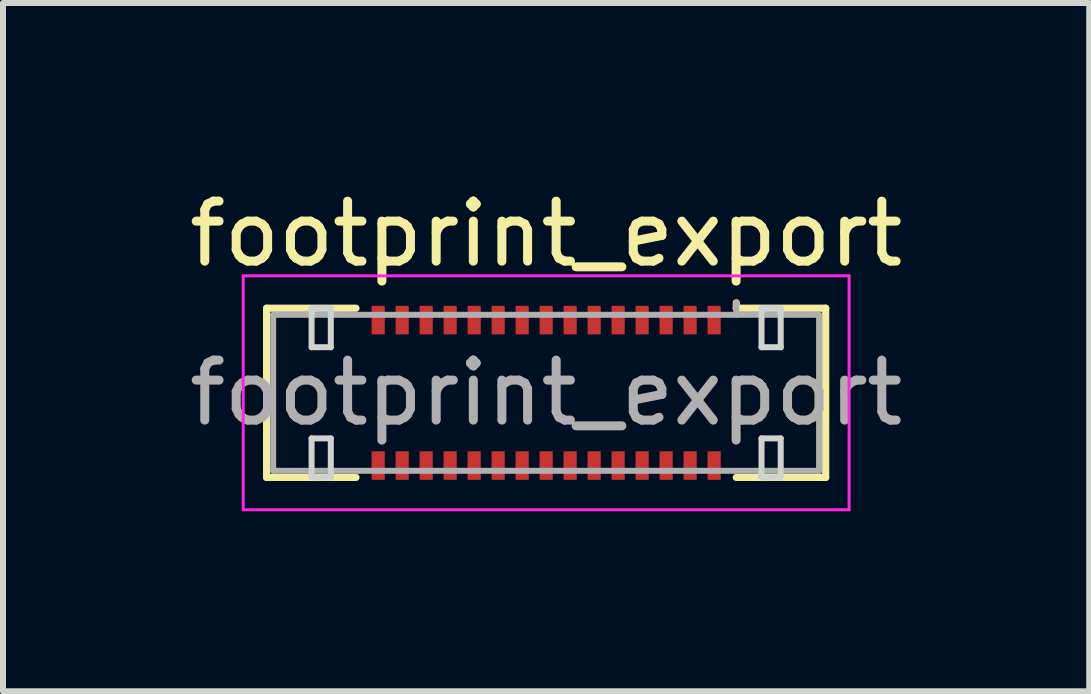
<source format=kicad_pcb>
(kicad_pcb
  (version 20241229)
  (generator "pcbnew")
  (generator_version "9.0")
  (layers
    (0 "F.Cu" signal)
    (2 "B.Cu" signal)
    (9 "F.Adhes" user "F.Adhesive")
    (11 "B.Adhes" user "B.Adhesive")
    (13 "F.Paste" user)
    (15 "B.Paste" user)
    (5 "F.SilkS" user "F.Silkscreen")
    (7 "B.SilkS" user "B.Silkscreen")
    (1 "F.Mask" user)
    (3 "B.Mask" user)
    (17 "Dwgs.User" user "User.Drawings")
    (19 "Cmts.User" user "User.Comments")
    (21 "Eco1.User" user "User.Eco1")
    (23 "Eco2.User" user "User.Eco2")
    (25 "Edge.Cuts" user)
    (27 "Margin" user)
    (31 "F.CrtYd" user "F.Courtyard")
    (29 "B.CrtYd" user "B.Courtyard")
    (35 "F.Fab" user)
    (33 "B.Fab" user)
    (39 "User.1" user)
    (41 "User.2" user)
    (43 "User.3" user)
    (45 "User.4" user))
  (footprint "footprint_export"
    (layer "F.Cu")
    (at 6.054 3.498)
    (property "Reference" "footprint_export" (at 0 -2.65 0) (layer "F.SilkS") (effects (font (size 1 1) (thickness 0.15))))
    (attr smd)
    (fp_line (start -4.66 -1.41) (end -3.17 -1.41) (stroke (width 0.12) (type solid)) (layer "F.SilkS"))
    (fp_line (start -4.66 1.41) (end -4.66 -1.41) (stroke (width 0.12) (type solid)) (layer "F.SilkS"))
    (fp_line (start -3.17 1.41) (end -4.66 1.41) (stroke (width 0.12) (type solid)) (layer "F.SilkS"))
    (fp_line (start 3.17 -1.41) (end 3.17 -1.5) (stroke (width 0.12) (type solid)) (layer "F.SilkS"))
    (fp_line (start 3.17 1.41) (end 4.66 1.41) (stroke (width 0.12) (type solid)) (layer "F.SilkS"))
    (fp_line (start 4.66 -1.41) (end 3.17 -1.41) (stroke (width 0.12) (type solid)) (layer "F.SilkS"))
    (fp_line (start 4.66 1.41) (end 4.66 -1.41) (stroke (width 0.12) (type solid)) (layer "F.SilkS"))
    (fp_line (start -3.91 -1.41) (end -3.91 -0.76) (stroke (width 0.1) (type solid)) (layer "Edge.Cuts"))
    (fp_line (start -3.91 -0.76) (end -3.59 -0.76) (stroke (width 0.1) (type solid)) (layer "Edge.Cuts"))
    (fp_line (start -3.91 0.76) (end -3.91 1.41) (stroke (width 0.1) (type solid)) (layer "Edge.Cuts"))
    (fp_line (start -3.91 1.41) (end -3.59 1.41) (stroke (width 0.1) (type solid)) (layer "Edge.Cuts"))
    (fp_line (start -3.59 -1.41) (end -3.91 -1.41) (stroke (width 0.1) (type solid)) (layer "Edge.Cuts"))
    (fp_line (start -3.59 -0.76) (end -3.59 -1.41) (stroke (width 0.1) (type solid)) (layer "Edge.Cuts"))
    (fp_line (start -3.59 0.76) (end -3.91 0.76) (stroke (width 0.1) (type solid)) (layer "Edge.Cuts"))
    (fp_line (start -3.59 1.41) (end -3.59 0.76) (stroke (width 0.1) (type solid)) (layer "Edge.Cuts"))
    (fp_line (start 3.59 -1.41) (end 3.59 -0.76) (stroke (width 0.1) (type solid)) (layer "Edge.Cuts"))
    (fp_line (start 3.59 -0.76) (end 3.91 -0.76) (stroke (width 0.1) (type solid)) (layer "Edge.Cuts"))
    (fp_line (start 3.59 0.76) (end 3.59 1.41) (stroke (width 0.1) (type solid)) (layer "Edge.Cuts"))
    (fp_line (start 3.59 1.41) (end 3.91 1.41) (stroke (width 0.1) (type solid)) (layer "Edge.Cuts"))
    (fp_line (start 3.91 -1.41) (end 3.59 -1.41) (stroke (width 0.1) (type solid)) (layer "Edge.Cuts"))
    (fp_line (start 3.91 -0.76) (end 3.91 -1.41) (stroke (width 0.1) (type solid)) (layer "Edge.Cuts"))
    (fp_line (start 3.91 0.76) (end 3.59 0.76) (stroke (width 0.1) (type solid)) (layer "Edge.Cuts"))
    (fp_line (start 3.91 1.41) (end 3.91 0.76) (stroke (width 0.1) (type solid)) (layer "Edge.Cuts"))
    (fp_line (start -5.05 -1.95) (end -5.05 1.95) (stroke (width 0.05) (type solid)) (layer "F.CrtYd"))
    (fp_line (start -5.05 1.95) (end 5.05 1.95) (stroke (width 0.05) (type solid)) (layer "F.CrtYd"))
    (fp_line (start 5.05 -1.95) (end -5.05 -1.95) (stroke (width 0.05) (type solid)) (layer "F.CrtYd"))
    (fp_line (start 5.05 1.95) (end 5.05 -1.95) (stroke (width 0.05) (type solid)) (layer "F.CrtYd"))
    (fp_line (start -4.55 -1.3) (end -4.55 1.3) (stroke (width 0.1) (type solid)) (layer "F.Fab"))
    (fp_line (start -4.55 1.3) (end 4.55 1.3) (stroke (width 0.1) (type solid)) (layer "F.Fab"))
    (fp_line (start 3.17 -1.3) (end 3.17 -1.5) (stroke (width 0.1) (type solid)) (layer "F.Fab"))
    (fp_line (start 4.55 -1.3) (end -4.55 -1.3) (stroke (width 0.1) (type solid)) (layer "F.Fab"))
    (fp_line (start 4.55 1.3) (end 4.55 -1.3) (stroke (width 0.1) (type solid)) (layer "F.Fab"))
    (fp_text user "${REFERENCE}" (at 0 0 0) (layer "F.Fab") (effects (font (size 1 1) (thickness 0.15))))
    (pad "1" smd rect (at 2.8 -1.212) (size 0.22 0.475) (layers "F.Cu" "F.Mask" "F.Paste"))
    (pad "2" smd rect (at 2.8 1.212) (size 0.22 0.475) (layers "F.Cu" "F.Mask" "F.Paste"))
    (pad "3" smd rect (at 2.4 -1.212) (size 0.22 0.475) (layers "F.Cu" "F.Mask" "F.Paste"))
    (pad "4" smd rect (at 2.4 1.212) (size 0.22 0.475) (layers "F.Cu" "F.Mask" "F.Paste"))
    (pad "5" smd rect (at 2 -1.212) (size 0.22 0.475) (layers "F.Cu" "F.Mask" "F.Paste"))
    (pad "6" smd rect (at 2 1.212) (size 0.22 0.475) (layers "F.Cu" "F.Mask" "F.Paste"))
    (pad "7" smd rect (at 1.6 -1.212) (size 0.22 0.475) (layers "F.Cu" "F.Mask" "F.Paste"))
    (pad "8" smd rect (at 1.6 1.212) (size 0.22 0.475) (layers "F.Cu" "F.Mask" "F.Paste"))
    (pad "9" smd rect (at 1.2 -1.212) (size 0.22 0.475) (layers "F.Cu" "F.Mask" "F.Paste"))
    (pad "10" smd rect (at 1.2 1.212) (size 0.22 0.475) (layers "F.Cu" "F.Mask" "F.Paste"))
    (pad "11" smd rect (at 0.8 -1.212) (size 0.22 0.475) (layers "F.Cu" "F.Mask" "F.Paste"))
    (pad "12" smd rect (at 0.8 1.212) (size 0.22 0.475) (layers "F.Cu" "F.Mask" "F.Paste"))
    (pad "13" smd rect (at 0.4 -1.212) (size 0.22 0.475) (layers "F.Cu" "F.Mask" "F.Paste"))
    (pad "14" smd rect (at 0.4 1.212) (size 0.22 0.475) (layers "F.Cu" "F.Mask" "F.Paste"))
    (pad "15" smd rect (at 0 -1.212) (size 0.22 0.475) (layers "F.Cu" "F.Mask" "F.Paste"))
    (pad "16" smd rect (at 0 1.212) (size 0.22 0.475) (layers "F.Cu" "F.Mask" "F.Paste"))
    (pad "17" smd rect (at -0.4 -1.212) (size 0.22 0.475) (layers "F.Cu" "F.Mask" "F.Paste"))
    (pad "18" smd rect (at -0.4 1.212) (size 0.22 0.475) (layers "F.Cu" "F.Mask" "F.Paste"))
    (pad "19" smd rect (at -0.8 -1.212) (size 0.22 0.475) (layers "F.Cu" "F.Mask" "F.Paste"))
    (pad "20" smd rect (at -0.8 1.212) (size 0.22 0.475) (layers "F.Cu" "F.Mask" "F.Paste"))
    (pad "21" smd rect (at -1.2 -1.212) (size 0.22 0.475) (layers "F.Cu" "F.Mask" "F.Paste"))
    (pad "22" smd rect (at -1.2 1.212) (size 0.22 0.475) (layers "F.Cu" "F.Mask" "F.Paste"))
    (pad "23" smd rect (at -1.6 -1.212) (size 0.22 0.475) (layers "F.Cu" "F.Mask" "F.Paste"))
    (pad "24" smd rect (at -1.6 1.212) (size 0.22 0.475) (layers "F.Cu" "F.Mask" "F.Paste"))
    (pad "25" smd rect (at -2 -1.212) (size 0.22 0.475) (layers "F.Cu" "F.Mask" "F.Paste"))
    (pad "26" smd rect (at -2 1.212) (size 0.22 0.475) (layers "F.Cu" "F.Mask" "F.Paste"))
    (pad "27" smd rect (at -2.4 -1.212) (size 0.22 0.475) (layers "F.Cu" "F.Mask" "F.Paste"))
    (pad "28" smd rect (at -2.4 1.212) (size 0.22 0.475) (layers "F.Cu" "F.Mask" "F.Paste"))
    (pad "29" smd rect (at -2.8 -1.212) (size 0.22 0.475) (layers "F.Cu" "F.Mask" "F.Paste"))
    (pad "30" smd rect (at -2.8 1.212) (size 0.22 0.475) (layers "F.Cu" "F.Mask" "F.Paste")))
  (gr_rect
    (start -3 -3)
    (end 15.107 8.473)
    (stroke (width 0.1) (type default))
    (fill no)
    (layer "Edge.Cuts")))
</source>
